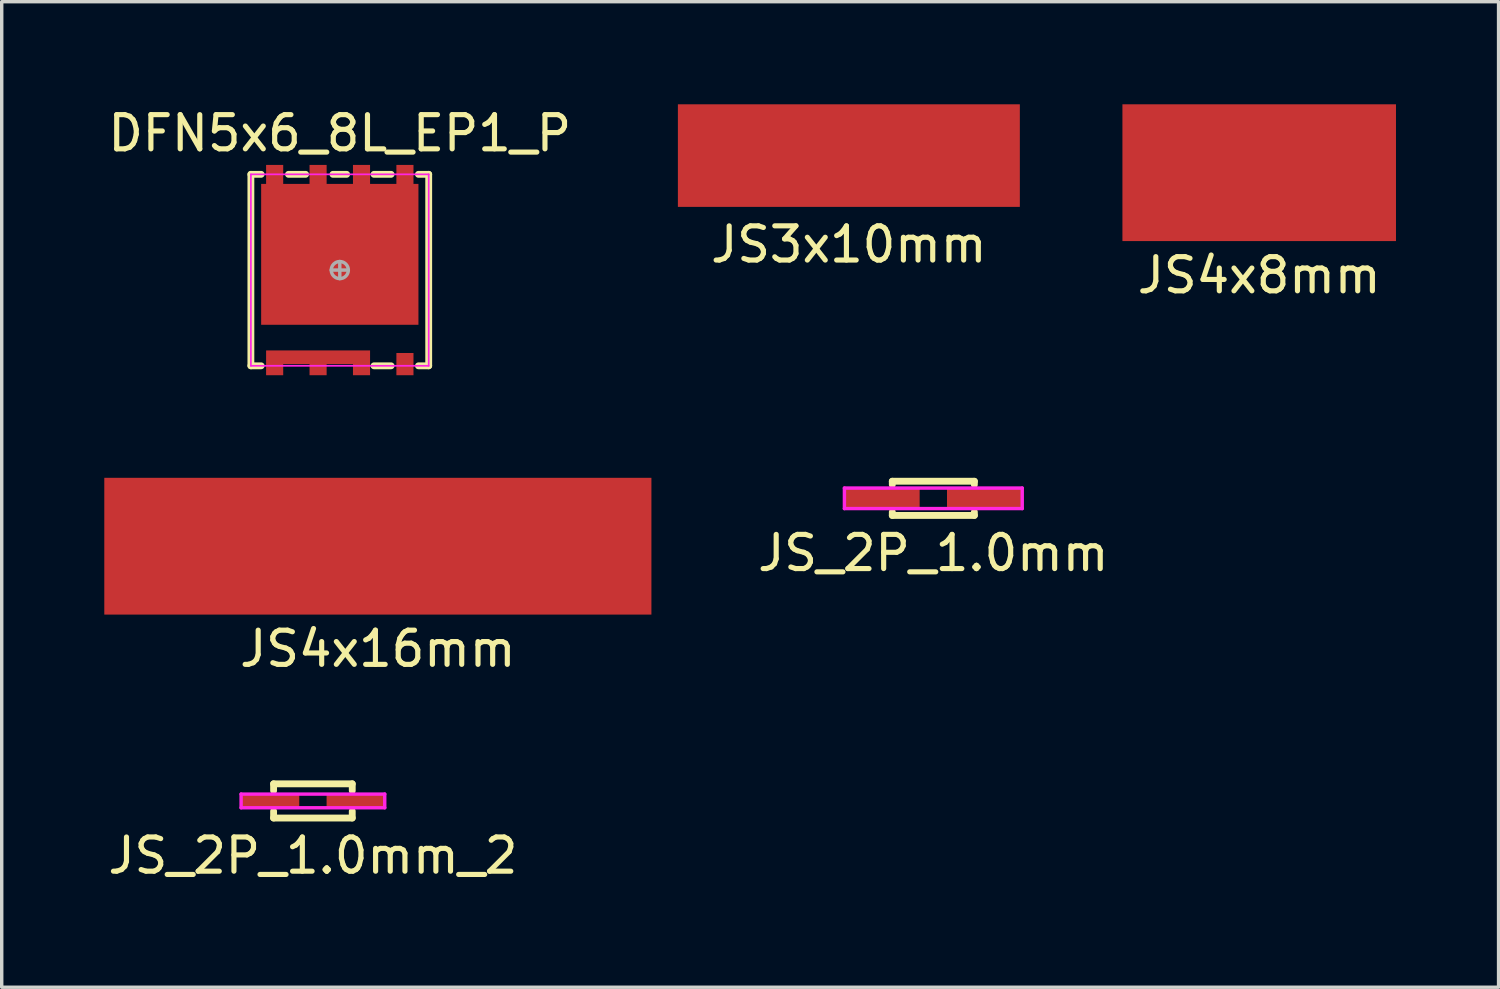
<source format=kicad_pcb>
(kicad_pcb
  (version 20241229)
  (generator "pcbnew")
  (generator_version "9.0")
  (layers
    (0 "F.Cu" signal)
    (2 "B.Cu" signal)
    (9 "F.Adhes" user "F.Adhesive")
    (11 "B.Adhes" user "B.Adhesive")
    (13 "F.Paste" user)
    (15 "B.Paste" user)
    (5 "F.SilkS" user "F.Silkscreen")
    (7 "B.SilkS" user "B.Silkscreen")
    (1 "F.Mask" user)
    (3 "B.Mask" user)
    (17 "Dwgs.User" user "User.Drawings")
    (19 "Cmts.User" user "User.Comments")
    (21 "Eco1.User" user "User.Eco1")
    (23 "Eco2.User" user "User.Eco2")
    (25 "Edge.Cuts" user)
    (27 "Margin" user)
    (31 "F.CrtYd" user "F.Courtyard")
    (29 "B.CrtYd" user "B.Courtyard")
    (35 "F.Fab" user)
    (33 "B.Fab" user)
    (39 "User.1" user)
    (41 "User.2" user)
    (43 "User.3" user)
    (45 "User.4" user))
  (footprint "JS4x16mm"
    (layer "F.Cu")
    (at 8 12.923)
    (property "Reference" "JS4x16mm" (at 0 3 0) (layer "F.SilkS") (effects (font (size 1 1) (thickness 0.15))))
    (attr smd)
    (pad "1" smd rect (at 0 0) (size 16 4) (layers "F.Cu" "F.Mask" "F.Paste")))
  (footprint "JS_2P_1.0mm"
    (layer "F.Cu")
    (at 24.244 11.523)
    (property "Reference" "JS_2P_1.0mm" (at 0 1.6 0) (layer "F.SilkS") (effects (font (size 1 1) (thickness 0.15))))
    (attr smd)
    (fp_line (start -1.2 -0.5) (end -1.2 -0.4) (stroke (width 0.2) (type solid)) (layer "F.SilkS"))
    (fp_line (start -1.2 -0.5) (end 1.2 -0.5) (stroke (width 0.2) (type solid)) (layer "F.SilkS"))
    (fp_line (start -1.2 0.5) (end -1.2 0.4) (stroke (width 0.2) (type solid)) (layer "F.SilkS"))
    (fp_line (start 1.2 -0.5) (end 1.2 -0.4) (stroke (width 0.2) (type solid)) (layer "F.SilkS"))
    (fp_line (start 1.2 0.5) (end -1.2 0.5) (stroke (width 0.2) (type solid)) (layer "F.SilkS"))
    (fp_line (start 1.2 0.5) (end 1.2 0.4) (stroke (width 0.2) (type solid)) (layer "F.SilkS"))
    (fp_line (start -2.6 -0.3) (end 2.6 -0.3) (stroke (width 0.1) (type solid)) (layer "F.CrtYd"))
    (fp_line (start -2.6 0.3) (end -2.6 -0.3) (stroke (width 0.1) (type solid)) (layer "F.CrtYd"))
    (fp_line (start 2.6 -0.3) (end 2.6 0.3) (stroke (width 0.1) (type solid)) (layer "F.CrtYd"))
    (fp_line (start 2.6 0.3) (end -2.6 0.3) (stroke (width 0.1) (type solid)) (layer "F.CrtYd"))
    (pad "1" smd rect (at -1.5 0) (size 2.2 0.56) (layers "F.Cu" "F.Mask" "F.Paste"))
    (pad "2" smd rect (at 1.5 0) (size 2.2 0.56) (layers "F.Cu" "F.Mask" "F.Paste")))
  (footprint "JS4x8mm"
    (layer "F.Cu")
    (at 33.774 2)
    (property "Reference" "JS4x8mm" (at 0 3 0) (layer "F.SilkS") (effects (font (size 1 1) (thickness 0.15))))
    (attr smd)
    (pad "1" smd rect (at 0 0) (size 8 4) (layers "F.Cu" "F.Mask" "F.Paste")))
  (footprint "JS_2P_1.0mm_2"
    (layer "F.Cu")
    (at 6.101 20.372)
    (property "Reference" "JS_2P_1.0mm_2" (at 0 1.6 0) (layer "F.SilkS") (effects (font (size 1 1) (thickness 0.15))))
    (attr smd)
    (fp_line (start -1.15 -0.5) (end -1.15 -0.3) (stroke (width 0.2) (type solid)) (layer "F.SilkS"))
    (fp_line (start -1.15 -0.5) (end 1.15 -0.5) (stroke (width 0.2) (type solid)) (layer "F.SilkS"))
    (fp_line (start -1.15 0.5) (end -1.15 0.3) (stroke (width 0.2) (type solid)) (layer "F.SilkS"))
    (fp_line (start 1.15 -0.5) (end 1.15 -0.3) (stroke (width 0.2) (type solid)) (layer "F.SilkS"))
    (fp_line (start 1.15 0.5) (end -1.15 0.5) (stroke (width 0.2) (type solid)) (layer "F.SilkS"))
    (fp_line (start 1.15 0.5) (end 1.15 0.3) (stroke (width 0.2) (type solid)) (layer "F.SilkS"))
    (fp_line (start -2.1 -0.2) (end 2.1 -0.2) (stroke (width 0.1) (type solid)) (layer "F.CrtYd"))
    (fp_line (start -2.1 0.2) (end -2.1 -0.2) (stroke (width 0.1) (type solid)) (layer "F.CrtYd"))
    (fp_line (start 2.1 -0.2) (end 2.1 0.2) (stroke (width 0.1) (type solid)) (layer "F.CrtYd"))
    (fp_line (start 2.1 0.2) (end -2.1 0.2) (stroke (width 0.1) (type solid)) (layer "F.CrtYd"))
    (pad "1" smd rect (at -1.25 0) (size 1.7 0.4) (layers "F.Cu" "F.Mask" "F.Paste"))
    (pad "2" smd rect (at 1.25 0) (size 1.7 0.4) (layers "F.Cu" "F.Mask" "F.Paste")))
  (footprint "DFN5x6_8L_EP1_P"
    (layer "F.Cu")
    (at 6.887 4.848)
    (property "Reference" "DFN5x6_8L_EP1_P" (at 0 -4 0) (layer "F.SilkS") (effects (font (size 1 1) (thickness 0.15))))
    (attr smd)
    (fp_line (start -2.6 -2.8) (end -2.3 -2.8) (stroke (width 0.2) (type solid)) (layer "F.SilkS"))
    (fp_line (start -2.6 2.8) (end -2.6 -2.8) (stroke (width 0.2) (type solid)) (layer "F.SilkS"))
    (fp_line (start -2.6 2.8) (end -2.3 2.8) (stroke (width 0.2) (type solid)) (layer "F.SilkS"))
    (fp_line (start -1.5 -2.8) (end -1 -2.8) (stroke (width 0.2) (type solid)) (layer "F.SilkS"))
    (fp_line (start -0.2 -2.8) (end 0.2 -2.8) (stroke (width 0.2) (type solid)) (layer "F.SilkS"))
    (fp_line (start 1 -2.8) (end 1.5 -2.8) (stroke (width 0.2) (type solid)) (layer "F.SilkS"))
    (fp_line (start 1.5 2.8) (end 1 2.8) (stroke (width 0.2) (type solid)) (layer "F.SilkS"))
    (fp_line (start 2.6 -2.8) (end 2.3 -2.8) (stroke (width 0.2) (type solid)) (layer "F.SilkS"))
    (fp_line (start 2.6 -2.8) (end 2.6 2.8) (stroke (width 0.2) (type solid)) (layer "F.SilkS"))
    (fp_line (start 2.6 2.8) (end 2.3 2.8) (stroke (width 0.2) (type solid)) (layer "F.SilkS"))
    (fp_line (start -2.6 -2.8) (end 2.6 -2.8) (stroke (width 0.05) (type solid)) (layer "F.CrtYd"))
    (fp_line (start -2.6 2.8) (end -2.6 -2.8) (stroke (width 0.05) (type solid)) (layer "F.CrtYd"))
    (fp_line (start 2.6 -2.8) (end 2.6 2.8) (stroke (width 0.05) (type solid)) (layer "F.CrtYd"))
    (fp_line (start 2.6 2.8) (end -2.6 2.8) (stroke (width 0.05) (type solid)) (layer "F.CrtYd"))
    (fp_line (start 0 0.25) (end 0 -0.25) (stroke (width 0.1) (type solid)) (layer "F.Fab"))
    (fp_line (start 0.25 0) (end -0.25 0) (stroke (width 0.1) (type solid)) (layer "F.Fab"))
    (fp_circle (center 0 0) (end 0 0.25) (stroke (width 0.1) (type solid)) (fill no) (layer "F.Fab"))
    (pad "1" smd custom (at 0 0) (size 0.5 0.65) (layers "F.Cu" "F.Mask" "F.Paste") (options (anchor rect)) (primitives (gr_poly (pts (xy -2.155 -2.425) (xy -1.655 -2.425) (xy -1.655 -3.075) (xy -2.155 -3.075)) (width 0) (fill yes)) (gr_poly (pts (xy -0.885 -2.425) (xy -0.385 -2.425) (xy -0.385 -3.075) (xy -0.885 -3.075)) (width 0) (fill yes)) (gr_poly (pts (xy 0.385 -2.425) (xy 0.885 -2.425) (xy 0.885 -3.075) (xy 0.385 -3.075)) (width 0) (fill yes)) (gr_poly (pts (xy 1.655 -2.425) (xy 2.155 -2.425) (xy 2.155 -3.075) (xy 1.655 -3.075)) (width 0) (fill yes)) (gr_poly (pts (xy 2.3 1.6) (xy 2.3 -2.52) (xy -2.3 -2.52) (xy -2.3 1.6)) (width 0) (fill yes))))
    (pad "2" smd rect (at 1.905 2.75) (size 0.5 0.65) (layers "F.Cu" "F.Mask" "F.Paste"))
    (pad "3" smd custom (at -0.635 2.75) (size 0.5 0.65) (layers "F.Cu" "F.Mask" "F.Paste") (options (anchor rect)) (primitives (gr_poly (pts (xy -0.25 -0.325) (xy -0.25 0.325) (xy 0.25 0.325) (xy 0.25 -0.325)) (width 0) (fill yes)) (gr_poly (pts (xy -1.52 -0.325) (xy -1.52 0.325) (xy -1.02 0.325) (xy -1.02 -0.325)) (width 0) (fill yes)) (gr_poly (pts (xy 1.02 -0.325) (xy 1.02 0.325) (xy 1.52 0.325) (xy 1.52 -0.325)) (width 0) (fill yes)) (gr_poly (pts (xy -1.52 -0.4) (xy -1.52 0) (xy 1.52 0) (xy 1.52 -0.4)) (width 0) (fill yes)))))
  (footprint "JS3x10mm"
    (layer "F.Cu")
    (at 21.774 1.5)
    (property "Reference" "JS3x10mm" (at 0 2.6 0) (layer "F.SilkS") (effects (font (size 1 1) (thickness 0.15))))
    (attr smd)
    (pad "1" smd rect (at 0 0) (size 10 3) (layers "F.Cu" "F.Mask" "F.Paste")))
  (gr_rect
    (start -3 -3)
    (end 40.774 25.82)
    (stroke (width 0.1) (type default))
    (fill no)
    (layer "Edge.Cuts")))
</source>
